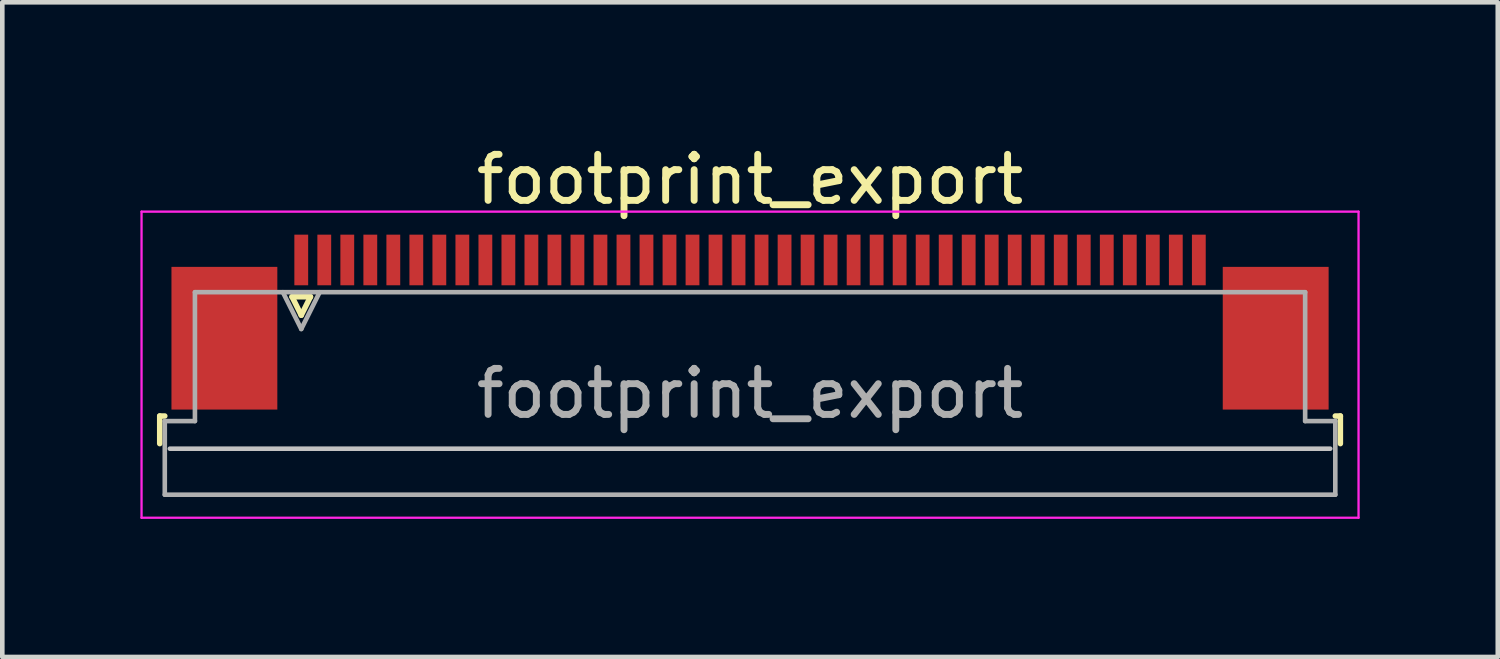
<source format=kicad_pcb>
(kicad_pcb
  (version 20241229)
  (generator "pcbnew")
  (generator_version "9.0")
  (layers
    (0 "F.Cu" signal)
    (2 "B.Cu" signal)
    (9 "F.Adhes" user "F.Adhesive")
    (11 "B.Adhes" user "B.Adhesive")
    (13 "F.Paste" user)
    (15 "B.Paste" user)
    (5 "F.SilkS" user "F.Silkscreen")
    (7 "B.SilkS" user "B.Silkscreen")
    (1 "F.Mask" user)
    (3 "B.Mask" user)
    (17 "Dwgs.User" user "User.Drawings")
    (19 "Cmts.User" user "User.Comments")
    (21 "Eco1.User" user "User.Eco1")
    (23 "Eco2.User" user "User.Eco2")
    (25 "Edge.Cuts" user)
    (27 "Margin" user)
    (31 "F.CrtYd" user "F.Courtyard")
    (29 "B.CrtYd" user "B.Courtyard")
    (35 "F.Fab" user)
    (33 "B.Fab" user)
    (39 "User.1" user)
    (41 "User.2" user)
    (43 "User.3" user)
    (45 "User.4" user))
  (footprint "footprint_export"
    (layer "F.Cu")
    (at 13.245 3.948)
    (property "Reference" "footprint_export" (at 0 -3.1 0) (layer "F.SilkS") (effects (font (size 1 1) (thickness 0.15))))
    (attr smd)
    (fp_line (start -12.825 2.04) (end -12.825 2.64) (stroke (width 0.12) (type solid)) (layer "F.SilkS"))
    (fp_line (start -12.715 2.04) (end -12.825 2.04) (stroke (width 0.12) (type solid)) (layer "F.SilkS"))
    (fp_line (start -9.95 -0.55) (end -9.75 -0.15) (stroke (width 0.12) (type solid)) (layer "F.SilkS"))
    (fp_line (start -9.75 -0.15) (end -9.55 -0.55) (stroke (width 0.12) (type solid)) (layer "F.SilkS"))
    (fp_line (start -9.55 -0.55) (end -9.95 -0.55) (stroke (width 0.12) (type solid)) (layer "F.SilkS"))
    (fp_line (start 12.715 2.04) (end 12.825 2.04) (stroke (width 0.12) (type solid)) (layer "F.SilkS"))
    (fp_line (start 12.825 2.04) (end 12.825 2.64) (stroke (width 0.12) (type solid)) (layer "F.SilkS"))
    (fp_line (start 12.605 2.75) (end -12.605 2.75) (stroke (width 0.1) (type solid)) (layer "Dwgs.User"))
    (fp_line (start -13.22 -2.4) (end -13.22 4.25) (stroke (width 0.05) (type solid)) (layer "F.CrtYd"))
    (fp_line (start -13.22 4.25) (end 13.22 4.25) (stroke (width 0.05) (type solid)) (layer "F.CrtYd"))
    (fp_line (start 13.22 -2.4) (end -13.22 -2.4) (stroke (width 0.05) (type solid)) (layer "F.CrtYd"))
    (fp_line (start 13.22 4.25) (end 13.22 -2.4) (stroke (width 0.05) (type solid)) (layer "F.CrtYd"))
    (fp_line (start -12.715 2.15) (end -12.06 2.15) (stroke (width 0.1) (type solid)) (layer "F.Fab"))
    (fp_line (start -12.715 3.75) (end -12.715 2.15) (stroke (width 0.1) (type solid)) (layer "F.Fab"))
    (fp_line (start -12.06 -0.65) (end 12.06 -0.65) (stroke (width 0.1) (type solid)) (layer "F.Fab"))
    (fp_line (start -12.06 2.15) (end -12.06 -0.65) (stroke (width 0.1) (type solid)) (layer "F.Fab"))
    (fp_line (start -10.15 -0.65) (end -9.75 0.15) (stroke (width 0.1) (type solid)) (layer "F.Fab"))
    (fp_line (start -9.75 0.15) (end -9.35 -0.65) (stroke (width 0.1) (type solid)) (layer "F.Fab"))
    (fp_line (start 12.06 -0.65) (end 12.06 2.15) (stroke (width 0.1) (type solid)) (layer "F.Fab"))
    (fp_line (start 12.06 2.15) (end 12.715 2.15) (stroke (width 0.1) (type solid)) (layer "F.Fab"))
    (fp_line (start 12.715 2.15) (end 12.715 3.75) (stroke (width 0.1) (type solid)) (layer "F.Fab"))
    (fp_line (start 12.715 3.75) (end -12.715 3.75) (stroke (width 0.1) (type solid)) (layer "F.Fab"))
    (fp_text user "${REFERENCE}" (at 0 1.55 0) (layer "F.Fab") (effects (font (size 1 1) (thickness 0.15))))
    (pad "1" smd rect (at -9.75 -1.35) (size 0.3 1.1) (layers "F.Cu" "F.Mask" "F.Paste"))
    (pad "2" smd rect (at -9.25 -1.35) (size 0.3 1.1) (layers "F.Cu" "F.Mask" "F.Paste"))
    (pad "3" smd rect (at -8.75 -1.35) (size 0.3 1.1) (layers "F.Cu" "F.Mask" "F.Paste"))
    (pad "4" smd rect (at -8.25 -1.35) (size 0.3 1.1) (layers "F.Cu" "F.Mask" "F.Paste"))
    (pad "5" smd rect (at -7.75 -1.35) (size 0.3 1.1) (layers "F.Cu" "F.Mask" "F.Paste"))
    (pad "6" smd rect (at -7.25 -1.35) (size 0.3 1.1) (layers "F.Cu" "F.Mask" "F.Paste"))
    (pad "7" smd rect (at -6.75 -1.35) (size 0.3 1.1) (layers "F.Cu" "F.Mask" "F.Paste"))
    (pad "8" smd rect (at -6.25 -1.35) (size 0.3 1.1) (layers "F.Cu" "F.Mask" "F.Paste"))
    (pad "9" smd rect (at -5.75 -1.35) (size 0.3 1.1) (layers "F.Cu" "F.Mask" "F.Paste"))
    (pad "10" smd rect (at -5.25 -1.35) (size 0.3 1.1) (layers "F.Cu" "F.Mask" "F.Paste"))
    (pad "11" smd rect (at -4.75 -1.35) (size 0.3 1.1) (layers "F.Cu" "F.Mask" "F.Paste"))
    (pad "12" smd rect (at -4.25 -1.35) (size 0.3 1.1) (layers "F.Cu" "F.Mask" "F.Paste"))
    (pad "13" smd rect (at -3.75 -1.35) (size 0.3 1.1) (layers "F.Cu" "F.Mask" "F.Paste"))
    (pad "14" smd rect (at -3.25 -1.35) (size 0.3 1.1) (layers "F.Cu" "F.Mask" "F.Paste"))
    (pad "15" smd rect (at -2.75 -1.35) (size 0.3 1.1) (layers "F.Cu" "F.Mask" "F.Paste"))
    (pad "16" smd rect (at -2.25 -1.35) (size 0.3 1.1) (layers "F.Cu" "F.Mask" "F.Paste"))
    (pad "17" smd rect (at -1.75 -1.35) (size 0.3 1.1) (layers "F.Cu" "F.Mask" "F.Paste"))
    (pad "18" smd rect (at -1.25 -1.35) (size 0.3 1.1) (layers "F.Cu" "F.Mask" "F.Paste"))
    (pad "19" smd rect (at -0.75 -1.35) (size 0.3 1.1) (layers "F.Cu" "F.Mask" "F.Paste"))
    (pad "20" smd rect (at -0.25 -1.35) (size 0.3 1.1) (layers "F.Cu" "F.Mask" "F.Paste"))
    (pad "21" smd rect (at 0.25 -1.35) (size 0.3 1.1) (layers "F.Cu" "F.Mask" "F.Paste"))
    (pad "22" smd rect (at 0.75 -1.35) (size 0.3 1.1) (layers "F.Cu" "F.Mask" "F.Paste"))
    (pad "23" smd rect (at 1.25 -1.35) (size 0.3 1.1) (layers "F.Cu" "F.Mask" "F.Paste"))
    (pad "24" smd rect (at 1.75 -1.35) (size 0.3 1.1) (layers "F.Cu" "F.Mask" "F.Paste"))
    (pad "25" smd rect (at 2.25 -1.35) (size 0.3 1.1) (layers "F.Cu" "F.Mask" "F.Paste"))
    (pad "26" smd rect (at 2.75 -1.35) (size 0.3 1.1) (layers "F.Cu" "F.Mask" "F.Paste"))
    (pad "27" smd rect (at 3.25 -1.35) (size 0.3 1.1) (layers "F.Cu" "F.Mask" "F.Paste"))
    (pad "28" smd rect (at 3.75 -1.35) (size 0.3 1.1) (layers "F.Cu" "F.Mask" "F.Paste"))
    (pad "29" smd rect (at 4.25 -1.35) (size 0.3 1.1) (layers "F.Cu" "F.Mask" "F.Paste"))
    (pad "30" smd rect (at 4.75 -1.35) (size 0.3 1.1) (layers "F.Cu" "F.Mask" "F.Paste"))
    (pad "31" smd rect (at 5.25 -1.35) (size 0.3 1.1) (layers "F.Cu" "F.Mask" "F.Paste"))
    (pad "32" smd rect (at 5.75 -1.35) (size 0.3 1.1) (layers "F.Cu" "F.Mask" "F.Paste"))
    (pad "33" smd rect (at 6.25 -1.35) (size 0.3 1.1) (layers "F.Cu" "F.Mask" "F.Paste"))
    (pad "34" smd rect (at 6.75 -1.35) (size 0.3 1.1) (layers "F.Cu" "F.Mask" "F.Paste"))
    (pad "35" smd rect (at 7.25 -1.35) (size 0.3 1.1) (layers "F.Cu" "F.Mask" "F.Paste"))
    (pad "36" smd rect (at 7.75 -1.35) (size 0.3 1.1) (layers "F.Cu" "F.Mask" "F.Paste"))
    (pad "37" smd rect (at 8.25 -1.35) (size 0.3 1.1) (layers "F.Cu" "F.Mask" "F.Paste"))
    (pad "38" smd rect (at 8.75 -1.35) (size 0.3 1.1) (layers "F.Cu" "F.Mask" "F.Paste"))
    (pad "39" smd rect (at 9.25 -1.35) (size 0.3 1.1) (layers "F.Cu" "F.Mask" "F.Paste"))
    (pad "40" smd rect (at 9.75 -1.35) (size 0.3 1.1) (layers "F.Cu" "F.Mask" "F.Paste"))
    (pad "MP" smd rect (at -11.42 0.35) (size 2.3 3.1) (layers "F.Cu" "F.Mask" "F.Paste"))
    (pad "MP" smd rect (at 11.42 0.35) (size 2.3 3.1) (layers "F.Cu" "F.Mask" "F.Paste")))
  (gr_rect
    (start -3 -3)
    (end 29.49 11.223)
    (stroke (width 0.1) (type default))
    (fill no)
    (layer "Edge.Cuts")))
</source>
